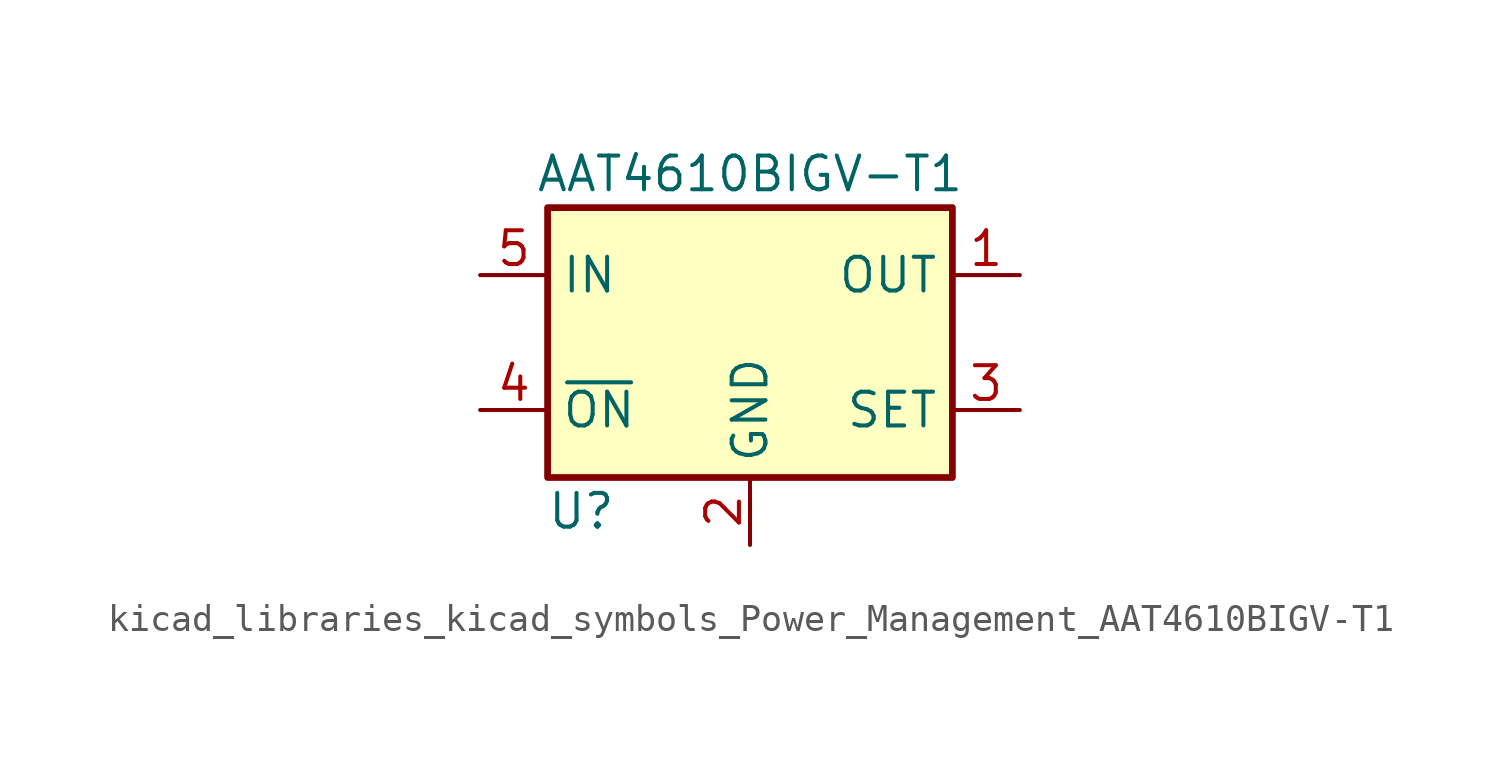
<source format=kicad_sym>
(kicad_symbol_lib
  (version 20220914)
  (generator kicad_symbol_editor)
  (symbol "kicad_libraries_kicad_symbols_Power_Management_AAT4610BIGV-T1"
    (property "Reference" "U"
      (at -6.35 -6.35 0)
      (effects (font (size 1.27 1.27))))
    (property "Value" "AAT4610BIGV-T1"
      (at 0 6.35 0)
      (effects (font (size 1.27 1.27))))
    (symbol "kicad_libraries_kicad_symbols_Power_Management_AAT4610BIGV-T1_0_1"
      (rectangle (start -7.62 5.08) (end 7.62 -5.08) (stroke (width 0.254) (type default)) (fill (type background))))
    (symbol "kicad_libraries_kicad_symbols_Power_Management_AAT4610BIGV-T1_1_1"
      (pin power_out line (at 10.16 2.54 180) (length 2.54) (name "OUT" (effects (font (size 1.27 1.27)))) (number "1" (effects (font (size 1.27 1.27)))))
      (pin power_in line (at 0 -7.62 90) (length 2.54) (name "GND" (effects (font (size 1.27 1.27)))) (number "2" (effects (font (size 1.27 1.27)))))
      (pin passive line (at 10.16 -2.54 180) (length 2.54) (name "SET" (effects (font (size 1.27 1.27)))) (number "3" (effects (font (size 1.27 1.27)))))
      (pin input line (at -10.16 -2.54 0) (length 2.54) (name "~{ON}" (effects (font (size 1.27 1.27)))) (number "4" (effects (font (size 1.27 1.27)))))
      (pin power_in line (at -10.16 2.54 0) (length 2.54) (name "IN" (effects (font (size 1.27 1.27)))) (number "5" (effects (font (size 1.27 1.27))))))))
</source>
